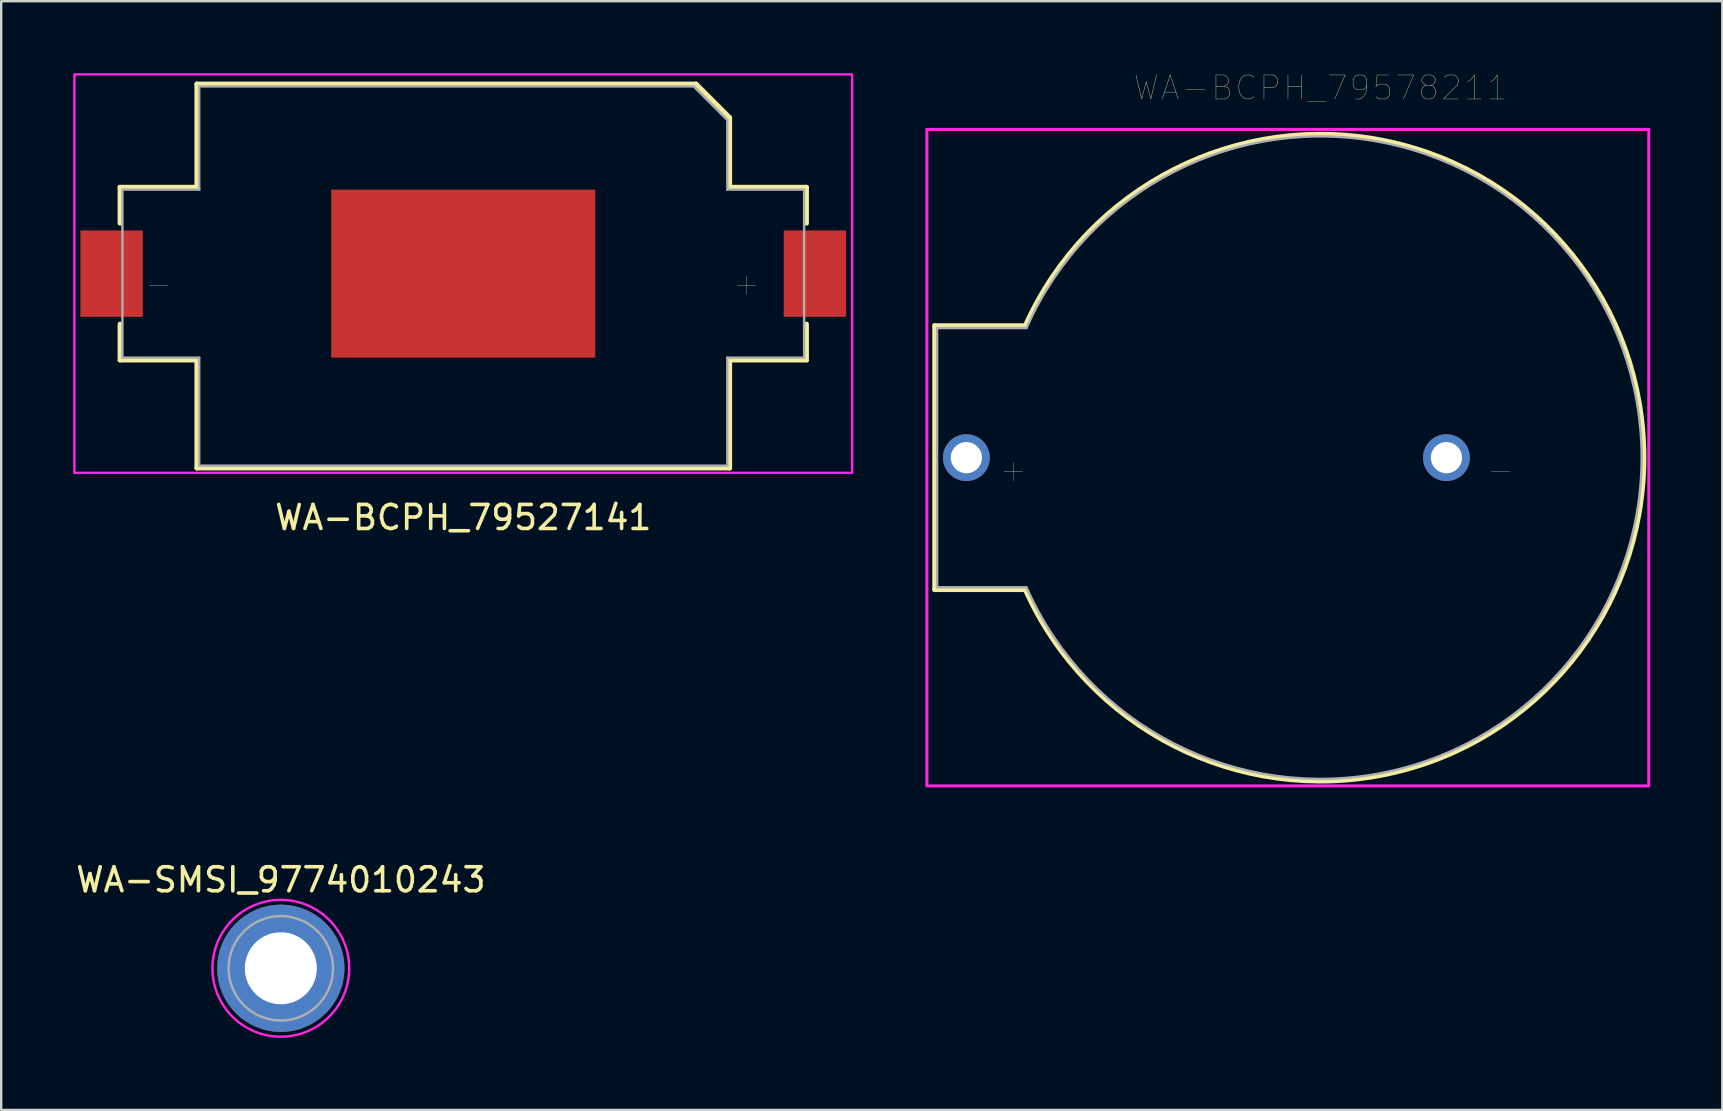
<source format=kicad_pcb>
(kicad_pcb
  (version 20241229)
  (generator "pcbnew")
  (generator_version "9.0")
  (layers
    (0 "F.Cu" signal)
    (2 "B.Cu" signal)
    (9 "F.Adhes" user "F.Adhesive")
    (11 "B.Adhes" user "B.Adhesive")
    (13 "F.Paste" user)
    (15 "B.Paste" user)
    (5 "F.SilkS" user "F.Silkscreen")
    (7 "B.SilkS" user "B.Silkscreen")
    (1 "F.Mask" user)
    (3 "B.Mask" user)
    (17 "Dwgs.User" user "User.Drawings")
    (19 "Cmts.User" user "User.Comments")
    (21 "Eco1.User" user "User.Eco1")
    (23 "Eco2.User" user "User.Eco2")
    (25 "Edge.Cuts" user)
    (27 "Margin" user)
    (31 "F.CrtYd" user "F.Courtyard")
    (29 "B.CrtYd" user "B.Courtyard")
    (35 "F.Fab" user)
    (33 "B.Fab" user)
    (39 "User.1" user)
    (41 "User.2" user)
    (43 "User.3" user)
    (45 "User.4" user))
  (footprint "WA-SMSI_9774010243"
    (layer "F.Cu")
    (at 8.649 37.289)
    (property "Reference" "WA-SMSI_9774010243" (at 0 -3.686 0) (layer "F.SilkS") (effects (font (size 1 1) (thickness 0.15))))
    (attr smd)
    (fp_poly (pts (xy -2.54 0.3) (xy -1.52 0.3) (xy -1.51 0.355) (xy -1.49 0.43) (xy -1.46 0.525) (xy -1.42 0.625) (xy -1.355 0.755) (xy -1.31 0.83) (xy -1.255 0.91) (xy -1.205 0.975) (xy -1.145 1.045) (xy -1.11 1.08) (xy -1.07 1.12) (xy -1.025 1.165) (xy -0.97 1.21) (xy -0.89 1.27) (xy -0.815 1.32) (xy -0.745 1.36) (xy -0.645 1.41) (xy -0.575 1.44) (xy -0.51 1.465) (xy -0.43 1.49) (xy -0.355 1.51) (xy -0.3 1.52) (xy -0.3 2.54) (xy -0.36 2.535) (xy -0.425 2.525) (xy -0.51 2.51) (xy -0.6 2.49) (xy -0.675 2.47) (xy -0.75 2.45) (xy -0.825 2.425) (xy -0.895 2.4) (xy -0.97 2.37) (xy -1.04 2.34) (xy -1.115 2.305) (xy -1.165 2.28) (xy -1.25 2.235) (xy -1.32 2.195) (xy -1.39 2.15) (xy -1.465 2.1) (xy -1.56 2.03) (xy -1.655 1.955) (xy -1.715 1.9) (xy -1.785 1.835) (xy -1.845 1.775) (xy -1.905 1.71) (xy -1.955 1.655) (xy -2.01 1.585) (xy -2.06 1.52) (xy -2.11 1.45) (xy -2.16 1.375) (xy -2.2 1.31) (xy -2.245 1.23) (xy -2.285 1.155) (xy -2.325 1.075) (xy -2.36 0.995) (xy -2.39 0.92) (xy -2.415 0.855) (xy -2.445 0.76) (xy -2.475 0.66) (xy -2.5 0.56) (xy -2.515 0.485) (xy -2.525 0.425) (xy -2.535 0.36)) (stroke (width 0.01) (type solid)) (fill yes) (layer "F.Paste"))
    (fp_poly (pts (xy -0.3 -2.54) (xy -0.3 -1.52) (xy -0.355 -1.51) (xy -0.43 -1.49) (xy -0.525 -1.46) (xy -0.625 -1.42) (xy -0.755 -1.355) (xy -0.83 -1.31) (xy -0.91 -1.255) (xy -0.975 -1.205) (xy -1.045 -1.145) (xy -1.08 -1.11) (xy -1.12 -1.07) (xy -1.165 -1.025) (xy -1.21 -0.97) (xy -1.27 -0.89) (xy -1.32 -0.815) (xy -1.36 -0.745) (xy -1.41 -0.645) (xy -1.44 -0.575) (xy -1.465 -0.51) (xy -1.49 -0.43) (xy -1.51 -0.355) (xy -1.52 -0.3) (xy -2.54 -0.3) (xy -2.535 -0.36) (xy -2.525 -0.425) (xy -2.51 -0.51) (xy -2.49 -0.6) (xy -2.47 -0.675) (xy -2.45 -0.75) (xy -2.425 -0.825) (xy -2.4 -0.895) (xy -2.37 -0.97) (xy -2.34 -1.04) (xy -2.305 -1.115) (xy -2.28 -1.165) (xy -2.235 -1.25) (xy -2.195 -1.32) (xy -2.15 -1.39) (xy -2.1 -1.465) (xy -2.03 -1.56) (xy -1.955 -1.655) (xy -1.9 -1.715) (xy -1.835 -1.785) (xy -1.775 -1.845) (xy -1.71 -1.905) (xy -1.655 -1.955) (xy -1.585 -2.01) (xy -1.52 -2.06) (xy -1.45 -2.11) (xy -1.375 -2.16) (xy -1.31 -2.2) (xy -1.23 -2.245) (xy -1.155 -2.285) (xy -1.075 -2.325) (xy -0.995 -2.36) (xy -0.92 -2.39) (xy -0.855 -2.415) (xy -0.76 -2.445) (xy -0.66 -2.475) (xy -0.56 -2.5) (xy -0.485 -2.515) (xy -0.425 -2.525) (xy -0.36 -2.535)) (stroke (width 0.01) (type solid)) (fill yes) (layer "F.Paste"))
    (fp_poly (pts (xy 0.3 2.54) (xy 0.3 1.52) (xy 0.355 1.51) (xy 0.43 1.49) (xy 0.525 1.46) (xy 0.625 1.42) (xy 0.755 1.355) (xy 0.83 1.31) (xy 0.91 1.255) (xy 0.975 1.205) (xy 1.045 1.145) (xy 1.08 1.11) (xy 1.12 1.07) (xy 1.165 1.025) (xy 1.21 0.97) (xy 1.27 0.89) (xy 1.32 0.815) (xy 1.36 0.745) (xy 1.41 0.645) (xy 1.44 0.575) (xy 1.465 0.51) (xy 1.49 0.43) (xy 1.51 0.355) (xy 1.52 0.3) (xy 2.54 0.3) (xy 2.535 0.36) (xy 2.525 0.425) (xy 2.51 0.51) (xy 2.49 0.6) (xy 2.47 0.675) (xy 2.45 0.75) (xy 2.425 0.825) (xy 2.4 0.895) (xy 2.37 0.97) (xy 2.34 1.04) (xy 2.305 1.115) (xy 2.28 1.165) (xy 2.235 1.25) (xy 2.195 1.32) (xy 2.15 1.39) (xy 2.1 1.465) (xy 2.03 1.56) (xy 1.955 1.655) (xy 1.9 1.715) (xy 1.835 1.785) (xy 1.775 1.845) (xy 1.71 1.905) (xy 1.655 1.955) (xy 1.585 2.01) (xy 1.52 2.06) (xy 1.45 2.11) (xy 1.375 2.16) (xy 1.31 2.2) (xy 1.23 2.245) (xy 1.155 2.285) (xy 1.075 2.325) (xy 0.995 2.36) (xy 0.92 2.39) (xy 0.855 2.415) (xy 0.76 2.445) (xy 0.66 2.475) (xy 0.56 2.5) (xy 0.485 2.515) (xy 0.425 2.525) (xy 0.36 2.535)) (stroke (width 0.01) (type solid)) (fill yes) (layer "F.Paste"))
    (fp_poly (pts (xy 2.54 -0.3) (xy 1.52 -0.3) (xy 1.51 -0.355) (xy 1.49 -0.43) (xy 1.46 -0.525) (xy 1.42 -0.625) (xy 1.355 -0.755) (xy 1.31 -0.83) (xy 1.255 -0.91) (xy 1.205 -0.975) (xy 1.145 -1.045) (xy 1.11 -1.08) (xy 1.07 -1.12) (xy 1.025 -1.165) (xy 0.97 -1.21) (xy 0.89 -1.27) (xy 0.815 -1.32) (xy 0.745 -1.36) (xy 0.645 -1.41) (xy 0.575 -1.44) (xy 0.51 -1.465) (xy 0.43 -1.49) (xy 0.355 -1.51) (xy 0.3 -1.52) (xy 0.3 -2.54) (xy 0.36 -2.535) (xy 0.425 -2.525) (xy 0.51 -2.51) (xy 0.6 -2.49) (xy 0.675 -2.47) (xy 0.75 -2.45) (xy 0.825 -2.425) (xy 0.895 -2.4) (xy 0.97 -2.37) (xy 1.04 -2.34) (xy 1.115 -2.305) (xy 1.165 -2.28) (xy 1.25 -2.235) (xy 1.32 -2.195) (xy 1.39 -2.15) (xy 1.465 -2.1) (xy 1.56 -2.03) (xy 1.655 -1.955) (xy 1.715 -1.9) (xy 1.785 -1.835) (xy 1.845 -1.775) (xy 1.905 -1.71) (xy 1.955 -1.655) (xy 2.01 -1.585) (xy 2.06 -1.52) (xy 2.11 -1.45) (xy 2.16 -1.375) (xy 2.2 -1.31) (xy 2.245 -1.23) (xy 2.285 -1.155) (xy 2.325 -1.075) (xy 2.36 -0.995) (xy 2.39 -0.92) (xy 2.415 -0.855) (xy 2.445 -0.76) (xy 2.475 -0.66) (xy 2.5 -0.56) (xy 2.515 -0.485) (xy 2.525 -0.425) (xy 2.535 -0.36)) (stroke (width 0.01) (type solid)) (fill yes) (layer "F.Paste"))
    (fp_poly (pts (xy 0 -2.85) (xy 0.149 -2.846) (xy 0.298 -2.834) (xy 0.446 -2.815) (xy 0.593 -2.788) (xy 0.738 -2.753) (xy 0.881 -2.711) (xy 1.021 -2.661) (xy 1.159 -2.604) (xy 1.294 -2.539) (xy 1.425 -2.468) (xy 1.552 -2.39) (xy 1.675 -2.306) (xy 1.794 -2.215) (xy 1.907 -2.118) (xy 2.015 -2.015) (xy 2.118 -1.907) (xy 2.215 -1.794) (xy 2.306 -1.675) (xy 2.39 -1.552) (xy 2.468 -1.425) (xy 2.539 -1.294) (xy 2.604 -1.159) (xy 2.661 -1.021) (xy 2.711 -0.881) (xy 2.753 -0.738) (xy 2.788 -0.593) (xy 2.815 -0.446) (xy 2.834 -0.298) (xy 2.846 -0.149) (xy 2.85 0) (xy 2.846 0.149) (xy 2.834 0.298) (xy 2.815 0.446) (xy 2.788 0.593) (xy 2.753 0.738) (xy 2.711 0.881) (xy 2.661 1.021) (xy 2.604 1.159) (xy 2.539 1.294) (xy 2.468 1.425) (xy 2.39 1.552) (xy 2.306 1.675) (xy 2.215 1.794) (xy 2.118 1.907) (xy 2.015 2.015) (xy 1.907 2.118) (xy 1.794 2.215) (xy 1.675 2.306) (xy 1.552 2.39) (xy 1.425 2.468) (xy 1.294 2.539) (xy 1.159 2.604) (xy 1.021 2.661) (xy 0.881 2.711) (xy 0.738 2.753) (xy 0.593 2.788) (xy 0.446 2.815) (xy 0.298 2.834) (xy 0.149 2.846) (xy 0 2.85) (xy -0.149 2.846) (xy -0.298 2.834) (xy -0.446 2.815) (xy -0.593 2.788) (xy -0.738 2.753) (xy -0.881 2.711) (xy -1.021 2.661) (xy -1.159 2.604) (xy -1.294 2.539) (xy -1.425 2.468) (xy -1.552 2.39) (xy -1.675 2.306) (xy -1.794 2.215) (xy -1.907 2.118) (xy -2.015 2.015) (xy -2.118 1.907) (xy -2.215 1.794) (xy -2.306 1.675) (xy -2.39 1.552) (xy -2.468 1.425) (xy -2.539 1.294) (xy -2.604 1.159) (xy -2.661 1.021) (xy -2.711 0.881) (xy -2.753 0.738) (xy -2.788 0.593) (xy -2.815 0.446) (xy -2.834 0.298) (xy -2.846 0.149) (xy -2.85 0) (xy -2.846 -0.149) (xy -2.834 -0.298) (xy -2.815 -0.446) (xy -2.788 -0.593) (xy -2.753 -0.738) (xy -2.711 -0.881) (xy -2.661 -1.021) (xy -2.604 -1.159) (xy -2.539 -1.294) (xy -2.468 -1.425) (xy -2.39 -1.552) (xy -2.306 -1.675) (xy -2.215 -1.794) (xy -2.118 -1.907) (xy -2.015 -2.015) (xy -1.907 -2.118) (xy -1.794 -2.215) (xy -1.675 -2.306) (xy -1.552 -2.39) (xy -1.425 -2.468) (xy -1.294 -2.539) (xy -1.159 -2.604) (xy -1.021 -2.661) (xy -0.881 -2.711) (xy -0.738 -2.753) (xy -0.593 -2.788) (xy -0.446 -2.815) (xy -0.298 -2.834) (xy -0.149 -2.846) (xy 0 -2.85)) (stroke (width 0.1) (type solid)) (fill no) (layer "F.CrtYd"))
    (fp_circle (center 0 0) (end 2.175 0) (stroke (width 0.1) (type solid)) (fill no) (layer "F.Fab"))
    (pad "1" thru_hole circle (at 0 0) (size 5.3 5.3) (drill 3) (layers "*.Cu" "*.Mask")))
  (footprint "WA-BCPH_79527141"
    (layer "F.Cu")
    (at 16.25 8.35)
    (property "Reference" "WA-BCPH_79527141" (at 0 10.16 0) (layer "F.SilkS") (effects (font (size 1 1) (thickness 0.15))))
    (attr through_hole)
    (fp_line (start -14.3 -3.6) (end -14.3 -2.1) (stroke (width 0.2) (type solid)) (layer "F.SilkS"))
    (fp_line (start -14.3 -3.6) (end -11.1 -3.6) (stroke (width 0.2) (type solid)) (layer "F.SilkS"))
    (fp_line (start -14.3 3.6) (end -14.3 2.1) (stroke (width 0.2) (type solid)) (layer "F.SilkS"))
    (fp_line (start -11.1 -7.9) (end 9.7 -7.9) (stroke (width 0.2) (type solid)) (layer "F.SilkS"))
    (fp_line (start -11.1 -3.6) (end -11.1 -7.9) (stroke (width 0.2) (type solid)) (layer "F.SilkS"))
    (fp_line (start -11.1 3.6) (end -14.3 3.6) (stroke (width 0.2) (type solid)) (layer "F.SilkS"))
    (fp_line (start -11.1 8.1) (end -11.1 3.6) (stroke (width 0.2) (type solid)) (layer "F.SilkS"))
    (fp_line (start 9.7 -7.9) (end 11.1 -6.5) (stroke (width 0.2) (type solid)) (layer "F.SilkS"))
    (fp_line (start 11.1 -6.5) (end 11.1 -3.6) (stroke (width 0.2) (type solid)) (layer "F.SilkS"))
    (fp_line (start 11.1 -3.6) (end 14.3 -3.6) (stroke (width 0.2) (type solid)) (layer "F.SilkS"))
    (fp_line (start 11.1 3.6) (end 11.1 8.1) (stroke (width 0.2) (type solid)) (layer "F.SilkS"))
    (fp_line (start 11.1 8.1) (end -11.1 8.1) (stroke (width 0.2) (type solid)) (layer "F.SilkS"))
    (fp_line (start 14.3 -3.6) (end 14.3 -2.1) (stroke (width 0.2) (type solid)) (layer "F.SilkS"))
    (fp_line (start 14.3 2.1) (end 14.3 3.6) (stroke (width 0.2) (type solid)) (layer "F.SilkS"))
    (fp_line (start 14.3 3.6) (end 11.1 3.6) (stroke (width 0.2) (type solid)) (layer "F.SilkS"))
    (fp_poly (pts (xy -16.2 -8.3) (xy 16.2 -8.3) (xy 16.2 8.3) (xy -16.2 8.3)) (stroke (width 0.1) (type solid)) (fill no) (layer "F.CrtYd"))
    (fp_line (start -14.2 -3.5) (end -11 -3.5) (stroke (width 0.1) (type solid)) (layer "F.Fab"))
    (fp_line (start -14.2 3.5) (end -14.2 -3.5) (stroke (width 0.1) (type solid)) (layer "F.Fab"))
    (fp_line (start -14.2 3.5) (end -11 3.5) (stroke (width 0.1) (type solid)) (layer "F.Fab"))
    (fp_line (start -11 -7.8) (end 9.6 -7.8) (stroke (width 0.1) (type solid)) (layer "F.Fab"))
    (fp_line (start -11 -3.5) (end -11 -7.8) (stroke (width 0.1) (type solid)) (layer "F.Fab"))
    (fp_line (start -11 3.5) (end -11 8) (stroke (width 0.1) (type solid)) (layer "F.Fab"))
    (fp_line (start -11 8) (end 11 8) (stroke (width 0.1) (type solid)) (layer "F.Fab"))
    (fp_line (start 9.6 -7.8) (end 11 -6.4) (stroke (width 0.1) (type solid)) (layer "F.Fab"))
    (fp_line (start 11 -6.4) (end 11 -3.5) (stroke (width 0.1) (type solid)) (layer "F.Fab"))
    (fp_line (start 11 -3.5) (end 14.2 -3.5) (stroke (width 0.1) (type solid)) (layer "F.Fab"))
    (fp_line (start 11 8) (end 11 3.5) (stroke (width 0.1) (type solid)) (layer "F.Fab"))
    (fp_line (start 14.2 -3.5) (end 14.2 3.5) (stroke (width 0.1) (type solid)) (layer "F.Fab"))
    (fp_line (start 14.2 3.5) (end 11 3.5) (stroke (width 0.1) (type solid)) (layer "F.Fab"))
    (fp_text user "+" (at 11.8 0.4 0) (layer "Dwgs.User") (effects (font (size 1 1) (thickness 0.015))))
    (fp_text user "-" (at -12.7 0.4 0) (layer "Dwgs.User") (effects (font (size 1 1) (thickness 0.015))))
    (pad "1" smd rect (at 14.65 0) (size 2.6 3.6) (layers "F.Cu" "F.Mask" "F.Paste"))
    (pad "2" smd rect (at -14.65 0) (size 2.6 3.6) (layers "F.Cu" "F.Mask" "F.Paste"))
    (pad "PS1" smd rect (at 0 0) (size 11 7) (layers "F.Cu" "F.Mask" "F.Paste")))
  (footprint "WA-BCPH_79578211"
    (layer "F.Cu")
    (at 51.964 16.016)
    (property "Reference" "WA-BCPH_79578211" (at 0 -15.405 0) (layer "F.SilkS") (effects (font (size 1 1) (thickness 0.015))))
    (attr through_hole)
    (fp_line (start -16.075 -5.5) (end -16.075 5.5) (stroke (width 0.2) (type solid)) (layer "F.SilkS"))
    (fp_line (start -16.075 5.5) (end -12.3 5.5) (stroke (width 0.2) (type solid)) (layer "F.SilkS"))
    (fp_line (start -12.3 -5.5) (end -16.075 -5.5) (stroke (width 0.2) (type solid)) (layer "F.SilkS"))
    (fp_arc (start -12.3 -5.5) (mid 13.473699 0) (end -12.3 5.5) (stroke (width 0.2) (type solid)) (layer "F.SilkS"))
    (fp_poly (pts (xy 13.675 13.675) (xy -16.4 13.675) (xy -16.4 -13.675) (xy 13.675 -13.675)) (stroke (width 0.127) (type solid)) (fill no) (layer "F.CrtYd"))
    (fp_line (start -15.975 -5.4) (end -12.25 -5.4) (stroke (width 0.1) (type solid)) (layer "F.Fab"))
    (fp_line (start -15.975 5.4) (end -15.975 -5.4) (stroke (width 0.1) (type solid)) (layer "F.Fab"))
    (fp_line (start -15.975 5.4) (end -12.25 5.4) (stroke (width 0.1) (type solid)) (layer "F.Fab"))
    (fp_arc (start -12.25 -5.4) (mid 13.377607 0) (end -12.25 5.4) (stroke (width 0.1) (type solid)) (layer "F.Fab"))
    (fp_text user "-" (at 7.5 0.5 0) (layer "Dwgs.User") (effects (font (size 1 1) (thickness 0.015))))
    (fp_text user "+" (at -12.8 0.5 0) (layer "Dwgs.User") (effects (font (size 1 1) (thickness 0.015))))
    (pad "+" thru_hole circle (at -14.755 0) (size 1.95 1.95) (drill 1.3) (layers "*.Cu" "*.Mask"))
    (pad "-" thru_hole circle (at 5.245 0) (size 1.95 1.95) (drill 1.3) (layers "*.Cu" "*.Mask")))
  (gr_rect
    (start -3 -3)
    (end 68.702 43.189)
    (stroke (width 0.1) (type default))
    (fill no)
    (layer "Edge.Cuts")))
</source>
